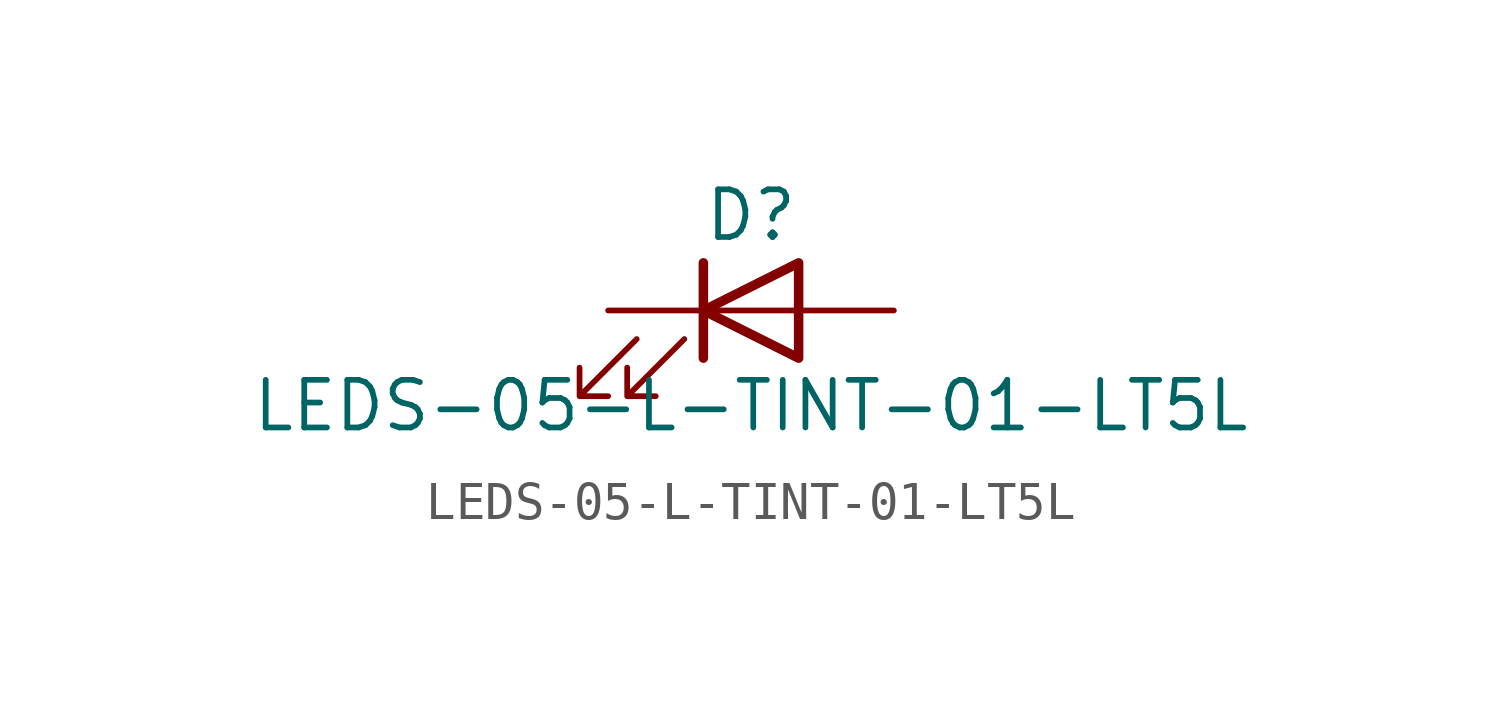
<source format=kicad_sym>
(kicad_symbol_lib
  (version 20211014)
  (generator kicad_symbol_editor)
  (symbol "LEDS-05-L-TINT-01-LT5L"
    (pin_numbers hide)
    (pin_names
      (offset 1.016) hide)
    (property "Reference" "D"
      (at 0 2.54 0)
      (effects (font (size 1.27 1.27))))
    (property "Value" "LEDS-05-L-TINT-01-LT5L"
      (at 0 -2.54 0)
      (effects (font (size 1.27 1.27))))
    (symbol "LEDS-05-L-TINT-01-LT5L_0_1"
      (polyline (pts (xy -1.27 -1.27) (xy -1.27 1.27)) (stroke (width 0.254) (type default) (color 0 0 0 0)) (fill (type none)))
      (polyline (pts (xy -1.27 0) (xy 1.27 0)) (stroke (width 0) (type default) (color 0 0 0 0)) (fill (type none)))
      (polyline (pts (xy 1.27 -1.27) (xy 1.27 1.27) (xy -1.27 0) (xy 1.27 -1.27)) (stroke (width 0.254) (type default) (color 0 0 0 0)) (fill (type none)))
      (polyline (pts (xy -3.048 -0.762) (xy -4.572 -2.286) (xy -3.81 -2.286) (xy -4.572 -2.286) (xy -4.572 -1.524)) (stroke (width 0) (type default) (color 0 0 0 0)) (fill (type none)))
      (polyline (pts (xy -1.778 -0.762) (xy -3.302 -2.286) (xy -2.54 -2.286) (xy -3.302 -2.286) (xy -3.302 -1.524)) (stroke (width 0) (type default) (color 0 0 0 0)) (fill (type none))))
    (symbol "LEDS-05-L-TINT-01-LT5L_1_1"
      (pin passive line (at -3.81 0 0) (length 2.54) (name "K" (effects (font (size 1.27 1.27)))) (number "1" (effects (font (size 1.27 1.27)))))
      (pin passive line (at 3.81 0 180) (length 2.54) (name "A" (effects (font (size 1.27 1.27)))) (number "2" (effects (font (size 1.27 1.27))))))))
</source>
